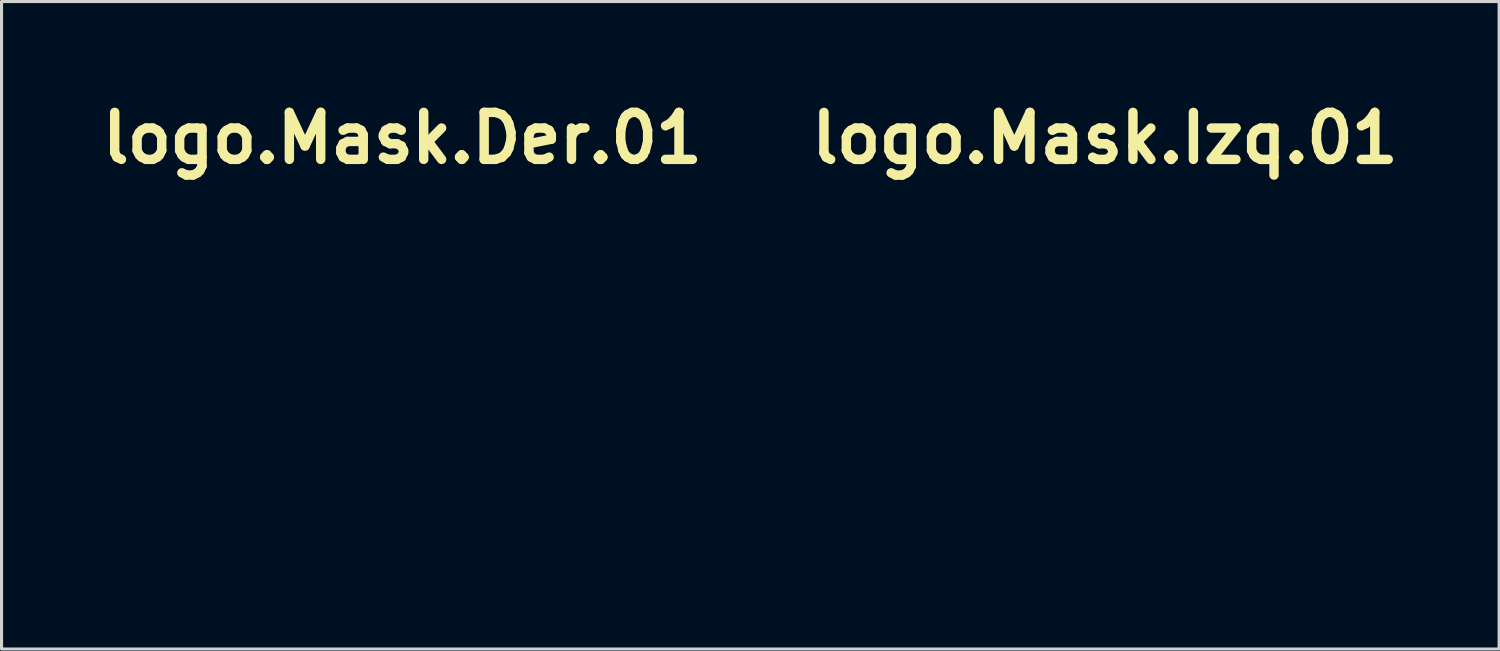
<source format=kicad_pcb>
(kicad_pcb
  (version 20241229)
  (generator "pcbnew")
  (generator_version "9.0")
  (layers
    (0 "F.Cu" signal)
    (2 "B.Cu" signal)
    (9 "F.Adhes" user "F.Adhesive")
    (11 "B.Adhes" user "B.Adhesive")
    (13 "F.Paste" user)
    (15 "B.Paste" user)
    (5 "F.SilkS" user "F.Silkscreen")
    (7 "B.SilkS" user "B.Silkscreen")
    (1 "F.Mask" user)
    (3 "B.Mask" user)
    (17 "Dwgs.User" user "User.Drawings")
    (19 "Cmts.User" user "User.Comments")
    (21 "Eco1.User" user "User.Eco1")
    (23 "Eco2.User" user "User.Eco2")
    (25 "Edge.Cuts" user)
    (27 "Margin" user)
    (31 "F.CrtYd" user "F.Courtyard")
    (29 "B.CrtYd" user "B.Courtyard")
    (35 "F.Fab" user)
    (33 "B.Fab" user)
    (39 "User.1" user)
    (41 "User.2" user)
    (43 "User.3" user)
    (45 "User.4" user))
  (footprint "logo.Mask.Izq.01"
    (layer "F.Cu")
    (at 32.762 9.692)
    (property "Reference" "logo.Mask.Izq.01" (at 0 -8.265 0) (layer "F.SilkS") (effects (font (size 1.524 1.524) (thickness 0.305))))
    (attr smd)
    (fp_poly (pts (xy -1.987 5.085) (xy -2.551 4.943) (xy -3.405 1.006) (xy -3.228 1.006) (xy -3.052 1.006) (xy -2.876 1.006) (xy -2.699 1.006) (xy -2.523 1.006) (xy -2.346 1.006) (xy -2.17 1.006) (xy -1.994 1.006) (xy -1.817 1.006) (xy -1.641 1.006) (xy -1.464 1.006) (xy -1.288 1.006) (xy -1.112 1.006) (xy -0.935 1.006) (xy -0.759 1.006) (xy -0.583 1.006) (xy -0.406 1.006) (xy -0.23 1.006) (xy -0.053 1.006) (xy 0.123 1.006) (xy 0.299 1.006) (xy 0.476 1.006) (xy 0.652 1.006) (xy 0.829 1.006) (xy 1.005 1.006) (xy 1.181 1.006) (xy 1.358 1.006) (xy 1.534 1.006) (xy 1.711 1.006) (xy 1.887 1.006) (xy 2.063 1.006) (xy 2.24 1.006) (xy 2.24 0.939) (xy 2.24 0.873) (xy 2.24 0.807) (xy 2.24 0.741) (xy 2.24 0.675) (xy 2.24 0.609) (xy 2.24 0.542) (xy 2.24 0.476) (xy 2.24 0.41) (xy 2.24 0.344) (xy 2.24 0.278) (xy 2.24 0.212) (xy 2.24 0.146) (xy 2.24 0.079) (xy 2.24 0.013) (xy 2.24 -0.053) (xy 2.24 -0.119) (xy 2.24 -0.185) (xy 2.24 -0.251) (xy 2.24 -0.317) (xy 2.24 -0.384) (xy 2.24 -0.45) (xy 2.24 -0.516) (xy 2.24 -0.582) (xy 2.24 -0.648) (xy 2.24 -0.714) (xy 2.24 -0.78) (xy 2.24 -0.847) (xy 2.24 -0.913) (xy 2.24 -0.979) (xy 2.24 -1.045) (xy 2.24 -1.111) (xy 2.063 -1.111) (xy 1.887 -1.111) (xy 1.711 -1.111) (xy 1.534 -1.111) (xy 1.358 -1.111) (xy 1.181 -1.111) (xy 1.005 -1.111) (xy 0.829 -1.111) (xy 0.652 -1.111) (xy 0.476 -1.111) (xy 0.299 -1.111) (xy 0.123 -1.111) (xy -0.053 -1.111) (xy -0.23 -1.111) (xy -0.406 -1.111) (xy -0.583 -1.111) (xy -0.759 -1.111) (xy -0.935 -1.111) (xy -1.112 -1.111) (xy -1.288 -1.111) (xy -1.464 -1.111) (xy -1.641 -1.111) (xy -1.817 -1.111) (xy -1.994 -1.111) (xy -2.17 -1.111) (xy -2.346 -1.111) (xy -2.523 -1.111) (xy -2.699 -1.111) (xy -2.876 -1.111) (xy -3.052 -1.111) (xy -3.228 -1.111) (xy -3.405 -1.111) (xy -3.405 -1.045) (xy -3.405 -0.979) (xy -3.405 -0.913) (xy -3.405 -0.847) (xy -3.405 -0.78) (xy -3.405 -0.714) (xy -3.405 -0.648) (xy -3.405 -0.582) (xy -3.405 -0.516) (xy -3.405 -0.45) (xy -3.405 -0.384) (xy -3.405 -0.317) (xy -3.405 -0.251) (xy -3.405 -0.185) (xy -3.405 -0.119) (xy -3.405 -0.053) (xy -3.405 0.013) (xy -3.405 0.079) (xy -3.405 0.146) (xy -3.405 0.212) (xy -3.405 0.278) (xy -3.405 0.344) (xy -3.405 0.41) (xy -3.405 0.476) (xy -3.405 0.542) (xy -3.405 0.609) (xy -3.405 0.675) (xy -3.405 0.741) (xy -3.405 0.807) (xy -3.405 0.873) (xy -3.405 0.939) (xy -3.405 1.006) (xy -2.551 4.943) (xy -3.085 4.748) (xy -3.587 4.502) (xy -4.055 4.21) (xy -4.486 3.876) (xy -4.878 3.503) (xy -5.229 3.096) (xy -5.535 2.658) (xy -5.795 2.193) (xy -6.006 1.705) (xy -6.166 1.199) (xy -6.272 0.677) (xy -6.321 0.144) (xy -6.312 -0.396) (xy -6.241 -0.939) (xy -6.107 -1.482) (xy -5.959 -1.904) (xy -5.78 -2.304) (xy -5.573 -2.682) (xy -5.338 -3.037) (xy -5.076 -3.368) (xy -4.79 -3.675) (xy -4.478 -3.957) (xy -4.144 -4.212) (xy -3.788 -4.441) (xy -3.412 -4.642) (xy -3.015 -4.814) (xy -2.601 -4.957) (xy -2.169 -5.069) (xy -1.722 -5.151) (xy -1.259 -5.2) (xy -0.783 -5.217) (xy -0.332 -5.202) (xy 0.112 -5.155) (xy 0.547 -5.077) (xy 0.975 -4.967) (xy 1.396 -4.825) (xy 1.809 -4.651) (xy 2.216 -4.446) (xy 2.617 -4.208) (xy 3.011 -3.937) (xy 3.399 -3.634) (xy 3.781 -3.299) (xy 4.158 -2.93) (xy 4.529 -2.529) (xy 4.895 -2.094) (xy 5.256 -1.626) (xy 5.613 -1.124) (xy 5.658 -1.059) (xy 5.702 -0.994) (xy 5.747 -0.928) (xy 5.792 -0.863) (xy 5.836 -0.798) (xy 5.881 -0.732) (xy 5.926 -0.667) (xy 5.97 -0.602) (xy 6.015 -0.536) (xy 6.06 -0.471) (xy 6.104 -0.406) (xy 6.149 -0.341) (xy 6.194 -0.275) (xy 6.238 -0.21) (xy 6.283 -0.145) (xy 6.328 -0.079) (xy 6.309 -0.048) (xy 6.29 -0.016) (xy 6.271 0.016) (xy 6.252 0.048) (xy 6.233 0.079) (xy 6.214 0.111) (xy 6.195 0.143) (xy 6.176 0.174) (xy 6.157 0.206) (xy 6.138 0.238) (xy 6.119 0.269) (xy 6.1 0.301) (xy 6.081 0.333) (xy 6.062 0.364) (xy 6.043 0.396) (xy 6.023 0.428) (xy 5.735 0.887) (xy 5.431 1.329) (xy 5.113 1.752) (xy 4.782 2.156) (xy 4.439 2.539) (xy 4.087 2.9) (xy 3.725 3.239) (xy 3.356 3.555) (xy 2.98 3.845) (xy 2.599 4.11) (xy 2.214 4.348) (xy 1.827 4.557) (xy 1.439 4.738) (xy 1.051 4.889) (xy 0.664 5.009) (xy 0.28 5.097) (xy 0.12 5.126) (xy -0.032 5.15) (xy -0.179 5.171) (xy -0.319 5.188) (xy -0.456 5.201) (xy -0.589 5.21) (xy -0.721 5.216) (xy -0.851 5.217) (xy -0.981 5.214) (xy -1.113 5.208) (xy -1.247 5.197) (xy -1.384 5.183) (xy -1.525 5.164) (xy -1.672 5.142) (xy -1.826 5.115) (xy -1.987 5.085) (xy -1.987 5.085) (xy -1.987 5.085) (xy -1.987 5.085) (xy -1.987 5.085) (xy -1.987 5.085)) (stroke (width 0.133) (type solid)) (fill yes) (layer "F.Mask")))
  (footprint "logo.Mask.Der.01"
    (layer "F.Cu")
    (at 9.993 9.696)
    (property "Reference" "logo.Mask.Der.01" (at 0 -8.27 0) (layer "F.SilkS") (effects (font (size 1.524 1.524) (thickness 0.305))))
    (attr smd)
    (fp_poly (pts (xy -0.55 5.043) (xy -0.769 4.986) (xy -0.984 4.922) (xy -1.197 4.85) (xy -1.408 4.771) (xy -1.616 4.684) (xy -1.823 4.589) (xy -2.027 4.486) (xy -2.231 4.376) (xy -2.432 4.257) (xy -2.633 4.129) (xy -2.833 3.994) (xy -3.032 3.849) (xy -3.231 3.696) (xy -3.43 3.534) (xy -3.629 3.363) (xy -3.828 3.183) (xy -4.009 3.009) (xy -4.199 2.813) (xy -4.396 2.599) (xy -4.598 2.371) (xy -4.8 2.133) (xy -5.001 1.888) (xy -5.197 1.641) (xy -5.384 1.396) (xy -5.561 1.157) (xy -5.724 0.927) (xy -5.87 0.711) (xy -5.997 0.512) (xy -6.1 0.335) (xy -6.178 0.184) (xy -6.243 -0.026) (xy -6.184 -0.219) (xy -6.113 -0.359) (xy -6.019 -0.523) (xy -5.903 -0.708) (xy -5.769 -0.91) (xy -5.619 -1.126) (xy -5.455 -1.352) (xy -5.281 -1.584) (xy -5.099 -1.82) (xy -4.911 -2.055) (xy -4.721 -2.287) (xy -4.529 -2.51) (xy -4.341 -2.723) (xy -4.157 -2.921) (xy -3.98 -3.101) (xy -3.672 -3.393) (xy -3.357 -3.663) (xy -3.036 -3.911) (xy -2.71 -4.138) (xy -2.378 -4.344) (xy -2.041 -4.528) (xy -1.698 -4.691) (xy -1.351 -4.832) (xy -0.997 -4.951) (xy -0.639 -5.049) (xy -0.276 -5.125) (xy 0.092 -5.179) (xy 0.465 -5.211) (xy 0.843 -5.221) (xy 1.225 -5.21) (xy 1.612 -5.177) (xy 1.945 -5.127) (xy 2.275 -5.054) (xy 2.601 -4.958) (xy 2.922 -4.842) (xy 3.235 -4.705) (xy 3.541 -4.549) (xy 3.837 -4.375) (xy 4.123 -4.183) (xy 4.396 -3.974) (xy 4.656 -3.75) (xy 4.902 -3.511) (xy 5.132 -3.258) (xy 5.344 -2.992) (xy 5.538 -2.715) (xy 5.713 -2.426) (xy 5.866 -2.128) (xy 5.976 -1.881) (xy 6.064 -1.659) (xy 6.13 -1.446) (xy 6.178 -1.225) (xy 6.211 -0.984) (xy 6.231 -0.705) (xy 6.241 -0.375) (xy 6.243 0.022) (xy 6.24 0.427) (xy 6.23 0.758) (xy 6.209 1.032) (xy 6.175 1.265) (xy 6.125 1.474) (xy 6.056 1.674) (xy 5.964 1.883) (xy 5.846 2.116) (xy 5.692 2.395) (xy 5.528 2.66) (xy 5.354 2.912) (xy 5.171 3.15) (xy 4.977 3.376) (xy 4.773 3.589) (xy 4.559 3.789) (xy 4.335 3.976) (xy 4.099 4.151) (xy 3.854 4.313) (xy 3.597 4.462) (xy 3.329 4.6) (xy 3.051 4.725) (xy 2.761 4.837) (xy 2.46 4.938) (xy 2.148 5.027) (xy 1.968 5.072) (xy 1.793 5.111) (xy 1.622 5.144) (xy 1.455 5.171) (xy 1.291 5.192) (xy 1.129 5.208) (xy 0.968 5.217) (xy 0.808 5.221) (xy 0.648 5.219) (xy 0.486 5.212) (xy 0.322 5.198) (xy 0.156 5.179) (xy -0.013 5.153) (xy -0.187 5.122) (xy -0.365 5.086) (xy -0.55 5.043) (xy -0.55 5.043) (xy -0.55 5.043) (xy -0.55 5.043) (xy -0.55 5.043) (xy -0.55 5.043) (xy -0.55 5.043)) (stroke (width 0.133) (type solid)) (fill yes) (layer "F.Mask")))
  (gr_rect
    (start -3 -3)
    (end 45.537 17.984)
    (stroke (width 0.1) (type default))
    (fill no)
    (layer "Edge.Cuts")))
</source>
